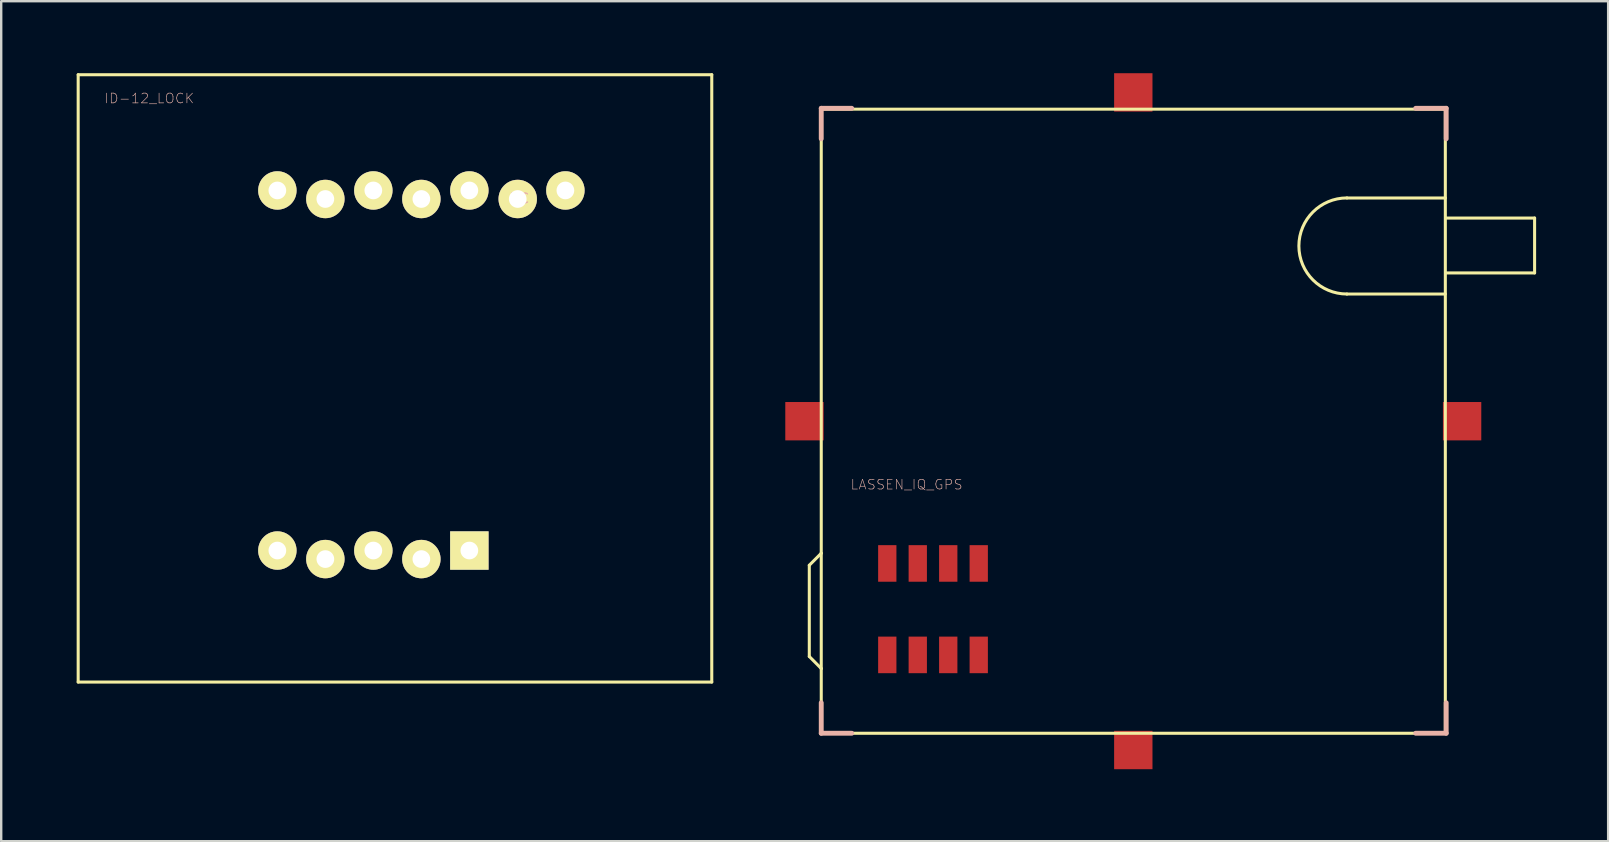
<source format=kicad_pcb>
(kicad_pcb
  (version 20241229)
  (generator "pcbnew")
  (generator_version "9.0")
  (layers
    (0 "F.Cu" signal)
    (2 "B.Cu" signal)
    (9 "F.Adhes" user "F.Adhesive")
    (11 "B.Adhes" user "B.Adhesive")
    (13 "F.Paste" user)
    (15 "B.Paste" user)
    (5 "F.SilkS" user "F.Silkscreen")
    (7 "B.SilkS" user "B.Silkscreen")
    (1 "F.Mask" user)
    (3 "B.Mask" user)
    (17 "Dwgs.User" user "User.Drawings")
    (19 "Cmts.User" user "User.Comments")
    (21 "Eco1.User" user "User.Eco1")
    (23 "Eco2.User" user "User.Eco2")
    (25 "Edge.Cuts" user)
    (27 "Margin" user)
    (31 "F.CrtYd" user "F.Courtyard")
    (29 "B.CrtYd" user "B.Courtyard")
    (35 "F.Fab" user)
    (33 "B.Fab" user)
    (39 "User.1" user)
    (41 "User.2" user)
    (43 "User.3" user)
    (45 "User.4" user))
  (footprint "LASSEN_IQ_GPS"
    (layer "F.Cu")
    (at 31.163 27.497)
    (property "Reference" "LASSEN_IQ_GPS" (at 3.556 -10.361 0) (layer "B.SilkS") (effects (font (size 0.406 0.406) (thickness 0.025))))
    (attr smd)
    (fp_line (start -0.498 -6.998) (end -0.498 -3.198) (stroke (width 0.127) (type solid)) (layer "F.SilkS"))
    (fp_line (start -0.498 -3.198) (end 0 -2.697) (stroke (width 0.127) (type solid)) (layer "F.SilkS"))
    (fp_line (start 0 -25.999) (end 25.999 -25.999) (stroke (width 0.127) (type solid)) (layer "F.SilkS"))
    (fp_line (start 0 -7.498) (end -0.498 -6.998) (stroke (width 0.127) (type solid)) (layer "F.SilkS"))
    (fp_line (start 0 -7.498) (end 0 -25.999) (stroke (width 0.127) (type solid)) (layer "F.SilkS"))
    (fp_line (start 0 -2.697) (end 0 -7.498) (stroke (width 0.127) (type solid)) (layer "F.SilkS"))
    (fp_line (start 0 0) (end 0 -2.697) (stroke (width 0.127) (type solid)) (layer "F.SilkS"))
    (fp_line (start 25.999 -25.999) (end 25.999 0) (stroke (width 0.127) (type solid)) (layer "F.SilkS"))
    (fp_line (start 25.999 -22.299) (end 21.9 -22.299) (stroke (width 0.127) (type solid)) (layer "F.SilkS"))
    (fp_line (start 25.999 -18.298) (end 21.9 -18.298) (stroke (width 0.127) (type solid)) (layer "F.SilkS"))
    (fp_line (start 25.999 0) (end 0 0) (stroke (width 0.127) (type solid)) (layer "F.SilkS"))
    (fp_line (start 26.035 -21.463) (end 29.718 -21.463) (stroke (width 0.127) (type solid)) (layer "F.SilkS"))
    (fp_line (start 29.718 -21.463) (end 29.718 -19.177) (stroke (width 0.127) (type solid)) (layer "F.SilkS"))
    (fp_line (start 29.718 -19.177) (end 26.035 -19.177) (stroke (width 0.127) (type solid)) (layer "F.SilkS"))
    (fp_arc (start 21.89988 -18.29816) (mid 19.89836 -20.29968) (end 21.89988 -22.3012) (stroke (width 0.127) (type solid)) (layer "F.SilkS"))
    (fp_line (start 0 -26.035) (end 0 -24.765) (stroke (width 0.203) (type solid)) (layer "B.SilkS"))
    (fp_line (start 0 -26.035) (end 1.27 -26.035) (stroke (width 0.203) (type solid)) (layer "B.SilkS"))
    (fp_line (start 0 0) (end 0 -1.27) (stroke (width 0.203) (type solid)) (layer "B.SilkS"))
    (fp_line (start 0 0) (end 1.27 0) (stroke (width 0.203) (type solid)) (layer "B.SilkS"))
    (fp_line (start 24.765 -26.035) (end 26.035 -26.035) (stroke (width 0.203) (type solid)) (layer "B.SilkS"))
    (fp_line (start 24.765 0) (end 26.035 0) (stroke (width 0.203) (type solid)) (layer "B.SilkS"))
    (fp_line (start 26.035 -26.035) (end 26.035 -24.765) (stroke (width 0.203) (type solid)) (layer "B.SilkS"))
    (fp_line (start 26.035 0) (end 26.035 -1.27) (stroke (width 0.203) (type solid)) (layer "B.SilkS"))
    (pad "1" smd rect (at 2.751 -7.074 90) (size 1.524 0.762) (layers "F.Cu" "F.Mask" "F.Paste"))
    (pad "2" smd rect (at 2.751 -3.264 90) (size 1.524 0.762) (layers "F.Cu" "F.Mask" "F.Paste"))
    (pad "3" smd rect (at 4.021 -7.074 90) (size 1.524 0.762) (layers "F.Cu" "F.Mask" "F.Paste"))
    (pad "4" smd rect (at 4.021 -3.264 90) (size 1.524 0.762) (layers "F.Cu" "F.Mask" "F.Paste"))
    (pad "5" smd rect (at 5.291 -7.074 90) (size 1.524 0.762) (layers "F.Cu" "F.Mask" "F.Paste"))
    (pad "6" smd rect (at 5.291 -3.264 90) (size 1.524 0.762) (layers "F.Cu" "F.Mask" "F.Paste"))
    (pad "7" smd rect (at 6.561 -7.074 90) (size 1.524 0.762) (layers "F.Cu" "F.Mask" "F.Paste"))
    (pad "8" smd rect (at 6.561 -3.264 90) (size 1.524 0.762) (layers "F.Cu" "F.Mask" "F.Paste"))
    (pad "GND1" smd rect (at -0.699 -13) (size 1.598 1.598) (layers "F.Cu" "F.Mask" "F.Paste"))
    (pad "GND2" smd rect (at 13 -26.698) (size 1.598 1.598) (layers "F.Cu" "F.Mask" "F.Paste"))
    (pad "GND3" smd rect (at 26.698 -13) (size 1.598 1.598) (layers "F.Cu" "F.Mask" "F.Paste"))
    (pad "GND4" smd rect (at 13 0.699) (size 1.598 1.598) (layers "F.Cu" "F.Mask" "F.Paste")))
  (footprint "ID-12_LOCK"
    (layer "F.Cu")
    (at 0.25 25.382)
    (property "Reference" "ID-12_LOCK" (at 2.921 -24.333 0) (layer "B.SilkS") (effects (font (size 0.406 0.406) (thickness 0.025))))
    (attr exclude_from_pos_files exclude_from_bom)
    (fp_line (start -0.043 -25.319) (end -0.043 -0.018) (stroke (width 0.127) (type solid)) (layer "F.SilkS"))
    (fp_line (start -0.043 -0.018) (end 26.352 -0.018) (stroke (width 0.127) (type solid)) (layer "F.SilkS"))
    (fp_line (start 8.153 -20.574) (end 8.357 -20.574) (stroke (width 0.066) (type solid)) (layer "F.SilkS"))
    (fp_line (start 8.153 -20.066) (end 8.153 -20.574) (stroke (width 0.066) (type solid)) (layer "F.SilkS"))
    (fp_line (start 8.153 -20.066) (end 8.357 -20.066) (stroke (width 0.066) (type solid)) (layer "F.SilkS"))
    (fp_line (start 8.153 -5.563) (end 8.357 -5.563) (stroke (width 0.066) (type solid)) (layer "F.SilkS"))
    (fp_line (start 8.153 -5.055) (end 8.153 -5.563) (stroke (width 0.066) (type solid)) (layer "F.SilkS"))
    (fp_line (start 8.153 -5.055) (end 8.357 -5.055) (stroke (width 0.066) (type solid)) (layer "F.SilkS"))
    (fp_line (start 8.357 -20.066) (end 8.357 -20.574) (stroke (width 0.066) (type solid)) (layer "F.SilkS"))
    (fp_line (start 8.357 -5.055) (end 8.357 -5.563) (stroke (width 0.066) (type solid)) (layer "F.SilkS"))
    (fp_line (start 10.135 -5.563) (end 10.335 -5.563) (stroke (width 0.066) (type solid)) (layer "F.SilkS"))
    (fp_line (start 10.135 -5.055) (end 10.135 -5.563) (stroke (width 0.066) (type solid)) (layer "F.SilkS"))
    (fp_line (start 10.135 -5.055) (end 10.335 -5.055) (stroke (width 0.066) (type solid)) (layer "F.SilkS"))
    (fp_line (start 10.16 -20.574) (end 10.361 -20.574) (stroke (width 0.066) (type solid)) (layer "F.SilkS"))
    (fp_line (start 10.16 -20.066) (end 10.16 -20.574) (stroke (width 0.066) (type solid)) (layer "F.SilkS"))
    (fp_line (start 10.16 -20.066) (end 10.361 -20.066) (stroke (width 0.066) (type solid)) (layer "F.SilkS"))
    (fp_line (start 10.335 -5.055) (end 10.335 -5.563) (stroke (width 0.066) (type solid)) (layer "F.SilkS"))
    (fp_line (start 10.361 -20.066) (end 10.361 -20.574) (stroke (width 0.066) (type solid)) (layer "F.SilkS"))
    (fp_line (start 12.116 -5.563) (end 12.319 -5.563) (stroke (width 0.066) (type solid)) (layer "F.SilkS"))
    (fp_line (start 12.116 -5.055) (end 12.116 -5.563) (stroke (width 0.066) (type solid)) (layer "F.SilkS"))
    (fp_line (start 12.116 -5.055) (end 12.319 -5.055) (stroke (width 0.066) (type solid)) (layer "F.SilkS"))
    (fp_line (start 12.167 -20.574) (end 12.37 -20.574) (stroke (width 0.066) (type solid)) (layer "F.SilkS"))
    (fp_line (start 12.167 -20.066) (end 12.167 -20.574) (stroke (width 0.066) (type solid)) (layer "F.SilkS"))
    (fp_line (start 12.167 -20.066) (end 12.37 -20.066) (stroke (width 0.066) (type solid)) (layer "F.SilkS"))
    (fp_line (start 12.319 -5.055) (end 12.319 -5.563) (stroke (width 0.066) (type solid)) (layer "F.SilkS"))
    (fp_line (start 12.37 -20.066) (end 12.37 -20.574) (stroke (width 0.066) (type solid)) (layer "F.SilkS"))
    (fp_line (start 14.148 -20.574) (end 14.348 -20.574) (stroke (width 0.066) (type solid)) (layer "F.SilkS"))
    (fp_line (start 14.148 -20.066) (end 14.148 -20.574) (stroke (width 0.066) (type solid)) (layer "F.SilkS"))
    (fp_line (start 14.148 -20.066) (end 14.348 -20.066) (stroke (width 0.066) (type solid)) (layer "F.SilkS"))
    (fp_line (start 14.148 -5.563) (end 14.348 -5.563) (stroke (width 0.066) (type solid)) (layer "F.SilkS"))
    (fp_line (start 14.148 -5.055) (end 14.148 -5.563) (stroke (width 0.066) (type solid)) (layer "F.SilkS"))
    (fp_line (start 14.148 -5.055) (end 14.348 -5.055) (stroke (width 0.066) (type solid)) (layer "F.SilkS"))
    (fp_line (start 14.348 -20.066) (end 14.348 -20.574) (stroke (width 0.066) (type solid)) (layer "F.SilkS"))
    (fp_line (start 14.348 -5.055) (end 14.348 -5.563) (stroke (width 0.066) (type solid)) (layer "F.SilkS"))
    (fp_line (start 16.129 -20.574) (end 16.332 -20.574) (stroke (width 0.066) (type solid)) (layer "F.SilkS"))
    (fp_line (start 16.129 -20.066) (end 16.129 -20.574) (stroke (width 0.066) (type solid)) (layer "F.SilkS"))
    (fp_line (start 16.129 -20.066) (end 16.332 -20.066) (stroke (width 0.066) (type solid)) (layer "F.SilkS"))
    (fp_line (start 16.154 -5.563) (end 16.358 -5.563) (stroke (width 0.066) (type solid)) (layer "F.SilkS"))
    (fp_line (start 16.154 -5.055) (end 16.154 -5.563) (stroke (width 0.066) (type solid)) (layer "F.SilkS"))
    (fp_line (start 16.154 -5.055) (end 16.358 -5.055) (stroke (width 0.066) (type solid)) (layer "F.SilkS"))
    (fp_line (start 16.332 -20.066) (end 16.332 -20.574) (stroke (width 0.066) (type solid)) (layer "F.SilkS"))
    (fp_line (start 16.358 -5.055) (end 16.358 -5.563) (stroke (width 0.066) (type solid)) (layer "F.SilkS"))
    (fp_line (start 20.168 -20.574) (end 20.371 -20.574) (stroke (width 0.066) (type solid)) (layer "F.SilkS"))
    (fp_line (start 20.168 -20.066) (end 20.168 -20.574) (stroke (width 0.066) (type solid)) (layer "F.SilkS"))
    (fp_line (start 20.168 -20.066) (end 20.371 -20.066) (stroke (width 0.066) (type solid)) (layer "F.SilkS"))
    (fp_line (start 20.371 -20.066) (end 20.371 -20.574) (stroke (width 0.066) (type solid)) (layer "F.SilkS"))
    (fp_line (start 26.352 -25.319) (end -0.043 -25.319) (stroke (width 0.127) (type solid)) (layer "F.SilkS"))
    (fp_line (start 26.352 -0.018) (end 26.352 -25.319) (stroke (width 0.127) (type solid)) (layer "F.SilkS"))
    (fp_text user "NC" (at 18.339 -20.168 0) (layer "B.SilkS") (effects (font (size 0.406 0.406) (thickness 0.051))))
    (pad "1" thru_hole rect (at 16.253 -5.497) (size 1.6 1.6) (drill 0.737) (layers "*.Cu" "F.Mask" "F.SilkS" "F.Paste"))
    (pad "2" thru_hole circle (at 14.254 -5.141) (size 1.6 1.6) (drill 0.737) (layers "*.Cu" "F.Mask" "F.SilkS" "F.Paste"))
    (pad "3" thru_hole circle (at 12.253 -5.497) (size 1.6 1.6) (drill 0.737) (layers "*.Cu" "F.Mask" "F.SilkS" "F.Paste"))
    (pad "4" thru_hole circle (at 10.254 -5.141) (size 1.6 1.6) (drill 0.737) (layers "*.Cu" "F.Mask" "F.SilkS" "F.Paste"))
    (pad "5" thru_hole circle (at 8.255 -5.497) (size 1.6 1.6) (drill 0.737) (layers "*.Cu" "F.Mask" "F.SilkS" "F.Paste"))
    (pad "6" thru_hole circle (at 8.255 -20.498) (size 1.6 1.6) (drill 0.737) (layers "*.Cu" "F.Mask" "F.SilkS" "F.Paste"))
    (pad "7" thru_hole circle (at 10.254 -20.142) (size 1.6 1.6) (drill 0.737) (layers "*.Cu" "F.Mask" "F.SilkS" "F.Paste"))
    (pad "8" thru_hole circle (at 12.253 -20.498) (size 1.6 1.6) (drill 0.737) (layers "*.Cu" "F.Mask" "F.SilkS" "F.Paste"))
    (pad "9" thru_hole circle (at 14.254 -20.142) (size 1.6 1.6) (drill 0.737) (layers "*.Cu" "F.Mask" "F.SilkS" "F.Paste"))
    (pad "10" thru_hole circle (at 16.253 -20.498) (size 1.6 1.6) (drill 0.737) (layers "*.Cu" "F.Mask" "F.SilkS" "F.Paste"))
    (pad "11" thru_hole circle (at 20.254 -20.498) (size 1.6 1.6) (drill 0.737) (layers "*.Cu" "F.Mask" "F.SilkS" "F.Paste"))
    (pad "NC" thru_hole circle (at 18.268 -20.142) (size 1.6 1.6) (drill 0.737) (layers "*.Cu" "F.Mask" "F.SilkS" "F.Paste")))
  (gr_rect
    (start -3 -3)
    (end 63.945 31.994)
    (stroke (width 0.1) (type default))
    (fill no)
    (layer "Edge.Cuts")))
</source>
